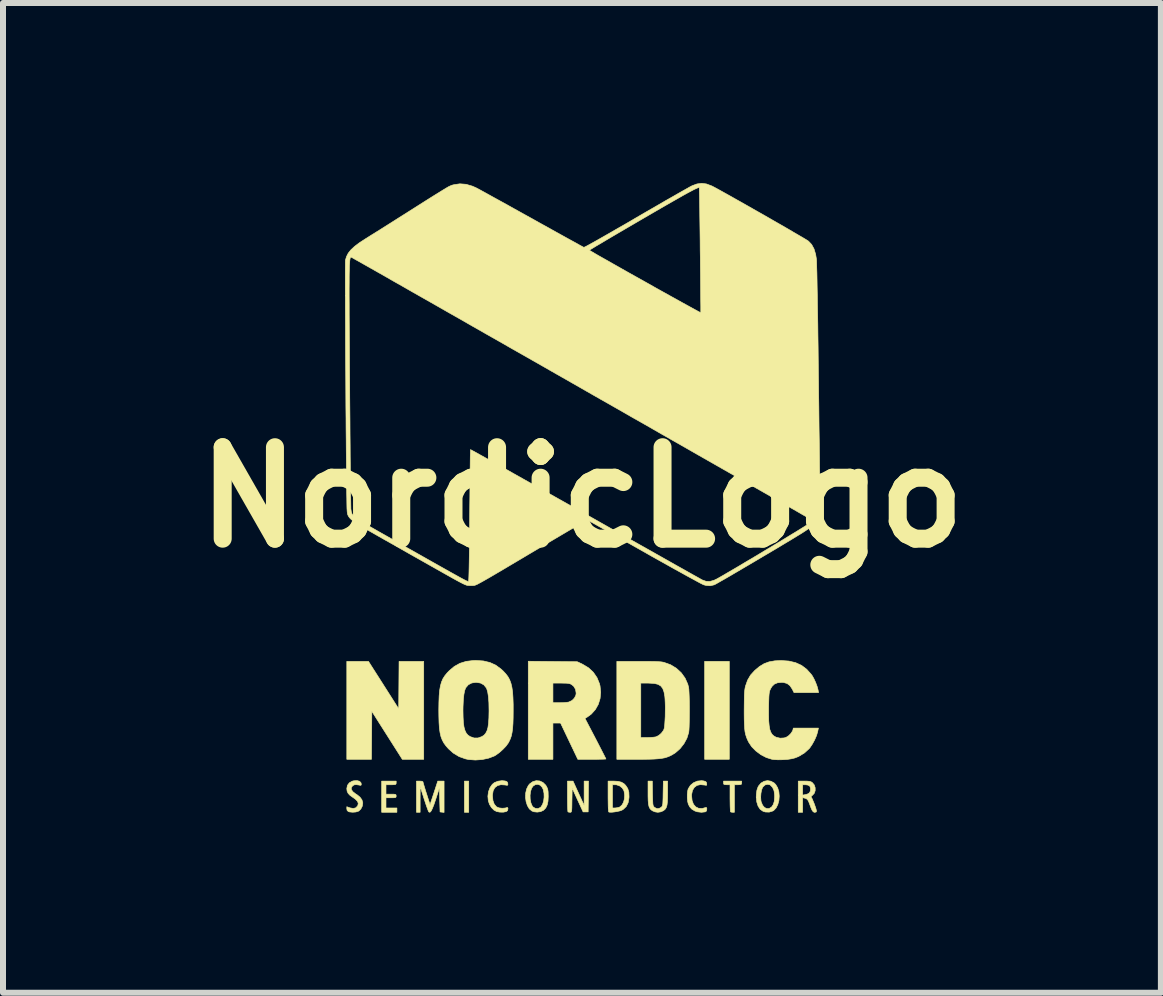
<source format=kicad_pcb>
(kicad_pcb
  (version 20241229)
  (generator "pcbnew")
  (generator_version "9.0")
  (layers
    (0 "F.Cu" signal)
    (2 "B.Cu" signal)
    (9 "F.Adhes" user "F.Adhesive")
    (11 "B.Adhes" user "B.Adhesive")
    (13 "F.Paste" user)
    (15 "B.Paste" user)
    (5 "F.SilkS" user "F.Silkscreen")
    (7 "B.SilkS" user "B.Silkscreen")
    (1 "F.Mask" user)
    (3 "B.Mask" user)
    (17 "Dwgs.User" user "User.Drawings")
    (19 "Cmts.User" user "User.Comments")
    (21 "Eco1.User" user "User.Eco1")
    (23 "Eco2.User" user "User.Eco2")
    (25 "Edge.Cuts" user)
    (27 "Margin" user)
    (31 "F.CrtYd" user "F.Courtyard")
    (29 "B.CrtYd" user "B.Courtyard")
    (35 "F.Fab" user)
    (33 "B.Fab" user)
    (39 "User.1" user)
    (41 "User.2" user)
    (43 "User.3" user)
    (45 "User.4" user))
  (footprint "NordicLogo"
    (layer "F.Cu")
    (at 6.648 5.237)
    (property "Reference" "NordicLogo" (at 0 0 0) (layer "F.SilkS") (effects (font (size 1.524 1.524) (thickness 0.3))))
    (attr through_hole)
    (fp_poly (pts (xy -1.887 5.249) (xy -1.959 5.249) (xy -1.959 4.729) (xy -1.887 4.729) (xy -1.887 5.249)) (stroke (width 0.01) (type solid)) (fill yes) (layer "F.SilkS"))
    (fp_poly (pts (xy 2.455 4.366) (xy 2.044 4.366) (xy 2.044 2.734) (xy 2.455 2.734) (xy 2.455 4.366)) (stroke (width 0.01) (type solid)) (fill yes) (layer "F.SilkS"))
    (fp_poly (pts (xy -3.306 3.129) (xy -3.054 3.525) (xy -3.051 3.129) (xy -3.048 2.734) (xy -2.637 2.734) (xy -2.637 4.366) (xy -2.815 4.366) (xy -2.994 4.366) (xy -3.502 3.566) (xy -3.505 3.966) (xy -3.508 4.366) (xy -3.919 4.366) (xy -3.919 2.734) (xy -3.558 2.734) (xy -3.306 3.129)) (stroke (width 0.01) (type solid)) (fill yes) (layer "F.SilkS"))
    (fp_poly (pts (xy 2.661 4.759) (xy 2.659 4.777) (xy 2.649 4.786) (xy 2.625 4.789) (xy 2.6 4.79) (xy 2.54 4.79) (xy 2.54 5.249) (xy 2.512 5.249) (xy 2.486 5.246) (xy 2.475 5.241) (xy 2.473 5.227) (xy 2.471 5.193) (xy 2.469 5.142) (xy 2.468 5.079) (xy 2.467 5.011) (xy 2.467 4.79) (xy 2.413 4.79) (xy 2.379 4.788) (xy 2.364 4.782) (xy 2.359 4.768) (xy 2.359 4.759) (xy 2.359 4.729) (xy 2.661 4.729) (xy 2.661 4.759)) (stroke (width 0.01) (type solid)) (fill yes) (layer "F.SilkS"))
    (fp_poly (pts (xy -3.096 4.759) (xy -3.098 4.775) (xy -3.105 4.784) (xy -3.123 4.788) (xy -3.158 4.79) (xy -3.181 4.79) (xy -3.266 4.79) (xy -3.266 4.947) (xy -3.181 4.947) (xy -3.137 4.947) (xy -3.111 4.95) (xy -3.1 4.957) (xy -3.097 4.969) (xy -3.096 4.977) (xy -3.098 4.993) (xy -3.105 5.002) (xy -3.123 5.006) (xy -3.158 5.007) (xy -3.181 5.007) (xy -3.266 5.007) (xy -3.266 5.177) (xy -3.084 5.177) (xy -3.084 5.249) (xy -3.338 5.249) (xy -3.338 4.729) (xy -3.096 4.729) (xy -3.096 4.759)) (stroke (width 0.01) (type solid)) (fill yes) (layer "F.SilkS"))
    (fp_poly (pts (xy -0.057 4.932) (xy 0.036 5.134) (xy 0.036 4.932) (xy 0.036 4.729) (xy 0.109 4.729) (xy 0.103 5.243) (xy 0.019 5.243) (xy -0.072 5.045) (xy -0.163 4.846) (xy -0.167 5.048) (xy -0.168 5.122) (xy -0.169 5.175) (xy -0.171 5.211) (xy -0.175 5.233) (xy -0.18 5.244) (xy -0.187 5.249) (xy -0.197 5.249) (xy -0.198 5.249) (xy -0.223 5.246) (xy -0.234 5.241) (xy -0.236 5.227) (xy -0.238 5.193) (xy -0.24 5.142) (xy -0.241 5.077) (xy -0.242 5.003) (xy -0.242 4.981) (xy -0.242 4.729) (xy -0.149 4.729) (xy -0.057 4.932)) (stroke (width 0.01) (type solid)) (fill yes) (layer "F.SilkS"))
    (fp_poly (pts (xy -2.665 4.732) (xy -2.649 4.742) (xy -2.649 4.744) (xy -2.645 4.761) (xy -2.635 4.795) (xy -2.62 4.845) (xy -2.602 4.904) (xy -2.59 4.941) (xy -2.532 5.122) (xy -2.467 4.926) (xy -2.403 4.729) (xy -2.298 4.729) (xy -2.298 5.251) (xy -2.365 5.243) (xy -2.371 5.046) (xy -2.377 4.848) (xy -2.441 5.043) (xy -2.468 5.123) (xy -2.491 5.181) (xy -2.509 5.22) (xy -2.524 5.242) (xy -2.538 5.249) (xy -2.551 5.243) (xy -2.554 5.241) (xy -2.561 5.226) (xy -2.574 5.191) (xy -2.592 5.142) (xy -2.612 5.082) (xy -2.631 5.024) (xy -2.696 4.82) (xy -2.697 5.035) (xy -2.697 5.249) (xy -2.758 5.249) (xy -2.758 4.729) (xy -2.703 4.729) (xy -2.665 4.732)) (stroke (width 0.01) (type solid)) (fill yes) (layer "F.SilkS"))
    (fp_poly (pts (xy 2.026 4.726) (xy 2.058 4.735) (xy 2.073 4.749) (xy 2.078 4.77) (xy 2.079 4.793) (xy 2.071 4.8) (xy 2.046 4.795) (xy 2.042 4.795) (xy 1.973 4.788) (xy 1.915 4.801) (xy 1.871 4.835) (xy 1.841 4.886) (xy 1.827 4.954) (xy 1.827 4.977) (xy 1.835 5.054) (xy 1.858 5.115) (xy 1.895 5.158) (xy 1.943 5.182) (xy 2.002 5.186) (xy 2.059 5.17) (xy 2.074 5.169) (xy 2.08 5.184) (xy 2.08 5.198) (xy 2.075 5.227) (xy 2.056 5.241) (xy 2.053 5.242) (xy 1.991 5.249) (xy 1.924 5.241) (xy 1.881 5.227) (xy 1.831 5.197) (xy 1.796 5.159) (xy 1.772 5.113) (xy 1.761 5.069) (xy 1.755 5.012) (xy 1.755 4.951) (xy 1.761 4.895) (xy 1.77 4.859) (xy 1.807 4.8) (xy 1.86 4.756) (xy 1.923 4.729) (xy 1.993 4.722) (xy 2.026 4.726)) (stroke (width 0.01) (type solid)) (fill yes) (layer "F.SilkS"))
    (fp_poly (pts (xy -1.282 4.727) (xy -1.252 4.737) (xy -1.239 4.755) (xy -1.236 4.77) (xy -1.235 4.791) (xy -1.243 4.799) (xy -1.266 4.797) (xy -1.278 4.794) (xy -1.35 4.789) (xy -1.408 4.804) (xy -1.452 4.838) (xy -1.48 4.889) (xy -1.491 4.959) (xy -1.491 4.976) (xy -1.484 5.052) (xy -1.462 5.113) (xy -1.428 5.154) (xy -1.42 5.16) (xy -1.38 5.176) (xy -1.328 5.182) (xy -1.278 5.178) (xy -1.261 5.173) (xy -1.241 5.169) (xy -1.234 5.181) (xy -1.234 5.194) (xy -1.242 5.223) (xy -1.265 5.238) (xy -1.312 5.247) (xy -1.37 5.246) (xy -1.423 5.236) (xy -1.467 5.212) (xy -1.508 5.171) (xy -1.541 5.117) (xy -1.561 5.058) (xy -1.561 5.058) (xy -1.568 4.981) (xy -1.558 4.906) (xy -1.533 4.839) (xy -1.495 4.784) (xy -1.46 4.755) (xy -1.4 4.731) (xy -1.333 4.722) (xy -1.282 4.727)) (stroke (width 0.01) (type solid)) (fill yes) (layer "F.SilkS"))
    (fp_poly (pts (xy 1.175 4.936) (xy 1.177 5.011) (xy 1.179 5.066) (xy 1.181 5.104) (xy 1.185 5.13) (xy 1.19 5.146) (xy 1.198 5.157) (xy 1.208 5.166) (xy 1.238 5.183) (xy 1.264 5.189) (xy 1.293 5.181) (xy 1.32 5.166) (xy 1.33 5.156) (xy 1.338 5.145) (xy 1.343 5.128) (xy 1.347 5.102) (xy 1.349 5.063) (xy 1.351 5.007) (xy 1.352 4.936) (xy 1.356 4.729) (xy 1.427 4.729) (xy 1.427 4.923) (xy 1.426 5.011) (xy 1.423 5.078) (xy 1.417 5.129) (xy 1.406 5.166) (xy 1.391 5.193) (xy 1.369 5.213) (xy 1.352 5.225) (xy 1.31 5.242) (xy 1.265 5.249) (xy 1.264 5.249) (xy 1.218 5.242) (xy 1.176 5.225) (xy 1.176 5.225) (xy 1.15 5.206) (xy 1.131 5.184) (xy 1.117 5.153) (xy 1.108 5.112) (xy 1.103 5.056) (xy 1.101 4.981) (xy 1.101 4.923) (xy 1.101 4.729) (xy 1.172 4.729) (xy 1.175 4.936)) (stroke (width 0.01) (type solid)) (fill yes) (layer "F.SilkS"))
    (fp_poly (pts (xy 0.6 4.733) (xy 0.657 4.747) (xy 0.7 4.772) (xy 0.728 4.8) (xy 0.763 4.853) (xy 0.781 4.914) (xy 0.784 4.988) (xy 0.783 5.009) (xy 0.769 5.09) (xy 0.737 5.153) (xy 0.688 5.2) (xy 0.666 5.213) (xy 0.634 5.225) (xy 0.59 5.235) (xy 0.543 5.243) (xy 0.498 5.248) (xy 0.463 5.248) (xy 0.445 5.243) (xy 0.445 5.243) (xy 0.442 5.228) (xy 0.439 5.193) (xy 0.437 5.142) (xy 0.436 5.077) (xy 0.435 5.003) (xy 0.435 4.981) (xy 0.435 4.79) (xy 0.508 4.79) (xy 0.508 5.177) (xy 0.553 5.177) (xy 0.593 5.172) (xy 0.627 5.162) (xy 0.629 5.161) (xy 0.664 5.131) (xy 0.691 5.085) (xy 0.707 5.027) (xy 0.711 4.963) (xy 0.702 4.901) (xy 0.698 4.887) (xy 0.671 4.843) (xy 0.627 4.809) (xy 0.575 4.791) (xy 0.555 4.79) (xy 0.508 4.79) (xy 0.435 4.79) (xy 0.435 4.729) (xy 0.527 4.729) (xy 0.6 4.733)) (stroke (width 0.01) (type solid)) (fill yes) (layer "F.SilkS"))
    (fp_poly (pts (xy -3.706 4.732) (xy -3.683 4.756) (xy -3.679 4.771) (xy -3.678 4.793) (xy -3.687 4.8) (xy -3.712 4.796) (xy -3.715 4.795) (xy -3.763 4.788) (xy -3.797 4.792) (xy -3.823 4.809) (xy -3.845 4.839) (xy -3.843 4.87) (xy -3.819 4.905) (xy -3.772 4.942) (xy -3.745 4.959) (xy -3.699 4.997) (xy -3.666 5.043) (xy -3.653 5.09) (xy -3.653 5.096) (xy -3.661 5.147) (xy -3.685 5.194) (xy -3.718 5.227) (xy -3.724 5.23) (xy -3.768 5.244) (xy -3.821 5.248) (xy -3.873 5.243) (xy -3.892 5.237) (xy -3.913 5.219) (xy -3.919 5.191) (xy -3.919 5.156) (xy -3.866 5.175) (xy -3.812 5.185) (xy -3.77 5.175) (xy -3.74 5.144) (xy -3.735 5.135) (xy -3.728 5.1) (xy -3.741 5.066) (xy -3.775 5.031) (xy -3.814 5.003) (xy -3.865 4.967) (xy -3.897 4.933) (xy -3.914 4.897) (xy -3.919 4.853) (xy -3.919 4.853) (xy -3.908 4.799) (xy -3.877 4.758) (xy -3.83 4.731) (xy -3.803 4.724) (xy -3.747 4.721) (xy -3.706 4.732)) (stroke (width 0.01) (type solid)) (fill yes) (layer "F.SilkS"))
    (fp_poly (pts (xy 3.149 4.731) (xy 3.202 4.76) (xy 3.228 4.786) (xy 3.261 4.841) (xy 3.281 4.907) (xy 3.287 4.979) (xy 3.282 5.051) (xy 3.264 5.118) (xy 3.236 5.175) (xy 3.197 5.217) (xy 3.181 5.227) (xy 3.12 5.246) (xy 3.056 5.244) (xy 3.017 5.232) (xy 2.97 5.199) (xy 2.935 5.147) (xy 2.913 5.078) (xy 2.904 4.997) (xy 2.978 4.997) (xy 2.982 5.054) (xy 2.987 5.078) (xy 3.01 5.132) (xy 3.042 5.169) (xy 3.079 5.187) (xy 3.119 5.186) (xy 3.157 5.163) (xy 3.163 5.157) (xy 3.188 5.119) (xy 3.204 5.068) (xy 3.21 5) (xy 3.21 4.963) (xy 3.201 4.891) (xy 3.176 4.834) (xy 3.137 4.794) (xy 3.131 4.791) (xy 3.092 4.782) (xy 3.052 4.793) (xy 3.017 4.824) (xy 3.008 4.838) (xy 2.992 4.88) (xy 2.982 4.936) (xy 2.978 4.997) (xy 2.904 4.997) (xy 2.904 4.996) (xy 2.906 4.947) (xy 2.915 4.881) (xy 2.933 4.829) (xy 2.943 4.81) (xy 2.984 4.762) (xy 3.035 4.732) (xy 3.092 4.721) (xy 3.149 4.731)) (stroke (width 0.01) (type solid)) (fill yes) (layer "F.SilkS"))
    (fp_poly (pts (xy -0.704 4.727) (xy -0.65 4.752) (xy -0.604 4.797) (xy -0.592 4.817) (xy -0.578 4.845) (xy -0.569 4.873) (xy -0.564 4.909) (xy -0.563 4.959) (xy -0.562 4.983) (xy -0.566 5.065) (xy -0.58 5.128) (xy -0.603 5.176) (xy -0.639 5.213) (xy -0.644 5.217) (xy -0.69 5.238) (xy -0.746 5.246) (xy -0.802 5.24) (xy -0.835 5.227) (xy -0.878 5.191) (xy -0.91 5.137) (xy -0.931 5.072) (xy -0.941 5.001) (xy -0.939 4.966) (xy -0.865 4.966) (xy -0.863 5.031) (xy -0.851 5.093) (xy -0.83 5.142) (xy -0.816 5.16) (xy -0.777 5.184) (xy -0.733 5.187) (xy -0.692 5.168) (xy -0.684 5.16) (xy -0.657 5.118) (xy -0.639 5.062) (xy -0.631 4.996) (xy -0.633 4.93) (xy -0.646 4.869) (xy -0.661 4.836) (xy -0.694 4.799) (xy -0.734 4.783) (xy -0.775 4.787) (xy -0.813 4.811) (xy -0.839 4.847) (xy -0.857 4.902) (xy -0.865 4.966) (xy -0.939 4.966) (xy -0.938 4.929) (xy -0.923 4.862) (xy -0.894 4.803) (xy -0.872 4.776) (xy -0.819 4.738) (xy -0.762 4.722) (xy -0.704 4.727)) (stroke (width 0.01) (type solid)) (fill yes) (layer "F.SilkS"))
    (fp_poly (pts (xy 3.759 4.73) (xy 3.796 4.734) (xy 3.821 4.743) (xy 3.838 4.754) (xy 3.87 4.792) (xy 3.886 4.84) (xy 3.886 4.889) (xy 3.87 4.934) (xy 3.839 4.967) (xy 3.82 4.983) (xy 3.819 4.997) (xy 3.825 5.005) (xy 3.836 5.024) (xy 3.851 5.06) (xy 3.87 5.106) (xy 3.879 5.131) (xy 3.897 5.183) (xy 3.906 5.217) (xy 3.907 5.236) (xy 3.901 5.245) (xy 3.901 5.245) (xy 3.875 5.25) (xy 3.854 5.241) (xy 3.835 5.216) (xy 3.815 5.171) (xy 3.806 5.146) (xy 3.786 5.092) (xy 3.77 5.055) (xy 3.753 5.033) (xy 3.733 5.02) (xy 3.71 5.013) (xy 3.677 5.005) (xy 3.677 5.249) (xy 3.604 5.249) (xy 3.604 4.79) (xy 3.677 4.79) (xy 3.677 4.962) (xy 3.721 4.955) (xy 3.757 4.945) (xy 3.786 4.929) (xy 3.787 4.927) (xy 3.805 4.898) (xy 3.809 4.859) (xy 3.801 4.823) (xy 3.791 4.809) (xy 3.766 4.796) (xy 3.729 4.79) (xy 3.724 4.79) (xy 3.677 4.79) (xy 3.604 4.79) (xy 3.604 4.729) (xy 3.706 4.729) (xy 3.759 4.73)) (stroke (width 0.01) (type solid)) (fill yes) (layer "F.SilkS"))
    (fp_poly (pts (xy -0.487 2.736) (xy -0.079 2.74) (xy 0.012 2.783) (xy 0.11 2.842) (xy 0.19 2.917) (xy 0.251 3.006) (xy 0.292 3.107) (xy 0.301 3.142) (xy 0.312 3.249) (xy 0.302 3.353) (xy 0.272 3.45) (xy 0.223 3.537) (xy 0.156 3.612) (xy 0.089 3.661) (xy 0.05 3.684) (xy 0.225 4.019) (xy 0.268 4.102) (xy 0.307 4.178) (xy 0.341 4.244) (xy 0.368 4.297) (xy 0.388 4.336) (xy 0.398 4.357) (xy 0.399 4.361) (xy 0.388 4.362) (xy 0.356 4.364) (xy 0.307 4.365) (xy 0.245 4.366) (xy 0.173 4.366) (xy 0.165 4.366) (xy -0.069 4.366) (xy -0.357 3.762) (xy -0.484 3.762) (xy -0.484 4.366) (xy -0.895 4.366) (xy -0.895 3.423) (xy -0.484 3.423) (xy -0.372 3.423) (xy -0.316 3.422) (xy -0.265 3.418) (xy -0.225 3.413) (xy -0.216 3.41) (xy -0.166 3.386) (xy -0.127 3.347) (xy -0.102 3.299) (xy -0.097 3.265) (xy -0.107 3.201) (xy -0.137 3.15) (xy -0.173 3.12) (xy -0.195 3.109) (xy -0.221 3.102) (xy -0.257 3.098) (xy -0.308 3.097) (xy -0.348 3.096) (xy -0.484 3.096) (xy -0.484 3.423) (xy -0.895 3.423) (xy -0.895 2.732) (xy -0.487 2.736)) (stroke (width 0.01) (type solid)) (fill yes) (layer "F.SilkS"))
    (fp_poly (pts (xy 1.053 2.734) (xy 1.144 2.735) (xy 1.217 2.736) (xy 1.274 2.739) (xy 1.317 2.742) (xy 1.35 2.747) (xy 1.37 2.752) (xy 1.478 2.791) (xy 1.574 2.85) (xy 1.655 2.925) (xy 1.718 3.013) (xy 1.763 3.114) (xy 1.777 3.167) (xy 1.781 3.2) (xy 1.784 3.253) (xy 1.787 3.321) (xy 1.789 3.401) (xy 1.79 3.488) (xy 1.79 3.577) (xy 1.789 3.665) (xy 1.788 3.748) (xy 1.786 3.82) (xy 1.783 3.877) (xy 1.779 3.916) (xy 1.778 3.92) (xy 1.749 4.014) (xy 1.7 4.105) (xy 1.635 4.188) (xy 1.557 4.257) (xy 1.501 4.292) (xy 1.461 4.312) (xy 1.421 4.328) (xy 1.379 4.341) (xy 1.33 4.35) (xy 1.273 4.357) (xy 1.203 4.362) (xy 1.118 4.365) (xy 1.014 4.366) (xy 0.922 4.366) (xy 0.581 4.366) (xy 0.581 3.096) (xy 0.98 3.096) (xy 0.98 4.004) (xy 1.086 4.003) (xy 1.14 4.002) (xy 1.19 3.998) (xy 1.227 3.993) (xy 1.234 3.991) (xy 1.279 3.969) (xy 1.322 3.932) (xy 1.356 3.887) (xy 1.367 3.864) (xy 1.374 3.835) (xy 1.379 3.787) (xy 1.383 3.724) (xy 1.387 3.651) (xy 1.388 3.573) (xy 1.389 3.496) (xy 1.387 3.423) (xy 1.384 3.361) (xy 1.381 3.322) (xy 1.367 3.244) (xy 1.346 3.186) (xy 1.314 3.145) (xy 1.268 3.117) (xy 1.206 3.102) (xy 1.125 3.097) (xy 1.101 3.096) (xy 0.98 3.096) (xy 0.581 3.096) (xy 0.581 2.734) (xy 0.941 2.734) (xy 1.053 2.734)) (stroke (width 0.01) (type solid)) (fill yes) (layer "F.SilkS"))
    (fp_poly (pts (xy 3.448 2.729) (xy 3.561 2.756) (xy 3.659 2.801) (xy 3.745 2.866) (xy 3.821 2.951) (xy 3.836 2.972) (xy 3.864 3.021) (xy 3.893 3.084) (xy 3.918 3.15) (xy 3.934 3.209) (xy 3.935 3.214) (xy 3.942 3.254) (xy 3.533 3.254) (xy 3.504 3.196) (xy 3.466 3.139) (xy 3.419 3.103) (xy 3.36 3.086) (xy 3.327 3.084) (xy 3.258 3.091) (xy 3.206 3.113) (xy 3.166 3.152) (xy 3.145 3.187) (xy 3.135 3.208) (xy 3.127 3.228) (xy 3.122 3.252) (xy 3.118 3.282) (xy 3.115 3.322) (xy 3.113 3.377) (xy 3.111 3.449) (xy 3.11 3.509) (xy 3.11 3.628) (xy 3.112 3.725) (xy 3.119 3.803) (xy 3.129 3.865) (xy 3.146 3.913) (xy 3.167 3.949) (xy 3.196 3.976) (xy 3.231 3.996) (xy 3.238 3.999) (xy 3.302 4.014) (xy 3.369 4.01) (xy 3.403 3.999) (xy 3.443 3.974) (xy 3.481 3.936) (xy 3.508 3.895) (xy 3.515 3.876) (xy 3.522 3.846) (xy 3.94 3.846) (xy 3.928 3.904) (xy 3.909 3.969) (xy 3.877 4.043) (xy 3.838 4.114) (xy 3.797 4.175) (xy 3.787 4.187) (xy 3.707 4.26) (xy 3.611 4.318) (xy 3.549 4.343) (xy 3.493 4.357) (xy 3.422 4.368) (xy 3.342 4.373) (xy 3.264 4.374) (xy 3.195 4.37) (xy 3.163 4.365) (xy 3.071 4.336) (xy 2.981 4.289) (xy 2.898 4.227) (xy 2.828 4.156) (xy 2.777 4.079) (xy 2.777 4.079) (xy 2.756 4.035) (xy 2.74 3.995) (xy 2.727 3.953) (xy 2.717 3.907) (xy 2.711 3.853) (xy 2.707 3.787) (xy 2.704 3.707) (xy 2.703 3.607) (xy 2.703 3.544) (xy 2.704 3.442) (xy 2.705 3.361) (xy 2.706 3.297) (xy 2.709 3.248) (xy 2.713 3.209) (xy 2.718 3.177) (xy 2.724 3.149) (xy 2.725 3.146) (xy 2.76 3.047) (xy 2.809 2.963) (xy 2.877 2.888) (xy 2.878 2.887) (xy 2.956 2.821) (xy 3.034 2.773) (xy 3.118 2.742) (xy 3.214 2.725) (xy 3.32 2.72) (xy 3.448 2.729)) (stroke (width 0.01) (type solid)) (fill yes) (layer "F.SilkS"))
    (fp_poly (pts (xy -1.643 2.727) (xy -1.534 2.753) (xy -1.437 2.797) (xy -1.349 2.862) (xy -1.317 2.891) (xy -1.272 2.939) (xy -1.235 2.987) (xy -1.206 3.039) (xy -1.184 3.097) (xy -1.168 3.164) (xy -1.156 3.244) (xy -1.15 3.339) (xy -1.146 3.453) (xy -1.146 3.556) (xy -1.147 3.675) (xy -1.15 3.772) (xy -1.156 3.853) (xy -1.165 3.919) (xy -1.177 3.976) (xy -1.194 4.025) (xy -1.215 4.07) (xy -1.227 4.093) (xy -1.265 4.145) (xy -1.317 4.2) (xy -1.376 4.253) (xy -1.434 4.295) (xy -1.461 4.311) (xy -1.556 4.347) (xy -1.663 4.37) (xy -1.776 4.378) (xy -1.887 4.37) (xy -1.94 4.359) (xy -2.047 4.321) (xy -2.146 4.261) (xy -2.224 4.191) (xy -2.267 4.142) (xy -2.302 4.094) (xy -2.329 4.043) (xy -2.35 3.988) (xy -2.365 3.923) (xy -2.376 3.846) (xy -2.382 3.754) (xy -2.385 3.644) (xy -2.386 3.55) (xy -1.983 3.55) (xy -1.981 3.663) (xy -1.976 3.755) (xy -1.966 3.828) (xy -1.95 3.885) (xy -1.929 3.929) (xy -1.901 3.962) (xy -1.866 3.986) (xy -1.863 3.988) (xy -1.798 4.011) (xy -1.734 4.011) (xy -1.669 3.988) (xy -1.633 3.965) (xy -1.605 3.933) (xy -1.583 3.891) (xy -1.567 3.836) (xy -1.557 3.765) (xy -1.551 3.676) (xy -1.549 3.566) (xy -1.549 3.55) (xy -1.551 3.425) (xy -1.559 3.323) (xy -1.571 3.244) (xy -1.588 3.188) (xy -1.594 3.176) (xy -1.636 3.125) (xy -1.692 3.095) (xy -1.762 3.084) (xy -1.766 3.084) (xy -1.836 3.094) (xy -1.893 3.123) (xy -1.935 3.172) (xy -1.938 3.176) (xy -1.955 3.221) (xy -1.968 3.288) (xy -1.977 3.377) (xy -1.982 3.485) (xy -1.983 3.55) (xy -2.386 3.55) (xy -2.386 3.544) (xy -2.384 3.415) (xy -2.38 3.308) (xy -2.372 3.218) (xy -2.359 3.143) (xy -2.341 3.079) (xy -2.317 3.023) (xy -2.285 2.973) (xy -2.245 2.924) (xy -2.213 2.891) (xy -2.128 2.819) (xy -2.035 2.767) (xy -1.93 2.734) (xy -1.812 2.72) (xy -1.766 2.719) (xy -1.643 2.727)) (stroke (width 0.01) (type solid)) (fill yes) (layer "F.SilkS"))
    (fp_poly (pts (xy 2.074 -5.222) (xy 2.159 -5.19) (xy 2.166 -5.187) (xy 2.195 -5.172) (xy 2.242 -5.147) (xy 2.304 -5.113) (xy 2.381 -5.07) (xy 2.469 -5.021) (xy 2.566 -4.966) (xy 2.671 -4.907) (xy 2.782 -4.844) (xy 2.896 -4.779) (xy 3.011 -4.714) (xy 3.126 -4.648) (xy 3.237 -4.584) (xy 3.344 -4.523) (xy 3.444 -4.465) (xy 3.534 -4.412) (xy 3.613 -4.366) (xy 3.68 -4.327) (xy 3.73 -4.297) (xy 3.764 -4.276) (xy 3.776 -4.267) (xy 3.827 -4.213) (xy 3.867 -4.139) (xy 3.894 -4.048) (xy 3.907 -3.967) (xy 3.909 -3.94) (xy 3.91 -3.891) (xy 3.912 -3.821) (xy 3.915 -3.732) (xy 3.917 -3.625) (xy 3.919 -3.501) (xy 3.922 -3.363) (xy 3.924 -3.212) (xy 3.927 -3.049) (xy 3.93 -2.876) (xy 3.932 -2.695) (xy 3.935 -2.507) (xy 3.937 -2.322) (xy 3.939 -2.12) (xy 3.942 -1.917) (xy 3.944 -1.715) (xy 3.947 -1.516) (xy 3.949 -1.323) (xy 3.951 -1.137) (xy 3.954 -0.962) (xy 3.956 -0.798) (xy 3.958 -0.649) (xy 3.959 -0.516) (xy 3.961 -0.402) (xy 3.962 -0.308) (xy 3.963 -0.266) (xy 3.97 0.26) (xy 3.942 0.333) (xy 3.933 0.357) (xy 3.923 0.379) (xy 3.911 0.4) (xy 3.895 0.421) (xy 3.875 0.444) (xy 3.848 0.468) (xy 3.814 0.495) (xy 3.771 0.526) (xy 3.718 0.562) (xy 3.653 0.604) (xy 3.574 0.652) (xy 3.481 0.709) (xy 3.372 0.774) (xy 3.246 0.85) (xy 3.101 0.936) (xy 3.024 0.981) (xy 2.898 1.056) (xy 2.776 1.128) (xy 2.662 1.195) (xy 2.556 1.257) (xy 2.461 1.313) (xy 2.378 1.361) (xy 2.309 1.4) (xy 2.255 1.431) (xy 2.219 1.451) (xy 2.202 1.459) (xy 2.202 1.459) (xy 2.137 1.474) (xy 2.069 1.469) (xy 2.031 1.459) (xy 2.013 1.451) (xy 1.975 1.432) (xy 1.919 1.402) (xy 1.848 1.363) (xy 1.761 1.316) (xy 1.662 1.261) (xy 1.551 1.2) (xy 1.43 1.132) (xy 1.301 1.06) (xy 1.165 0.984) (xy 1.032 0.908) (xy 0.086 0.374) (xy -0.716 0.848) (xy -0.887 0.949) (xy -1.038 1.039) (xy -1.17 1.117) (xy -1.286 1.186) (xy -1.386 1.245) (xy -1.471 1.295) (xy -1.543 1.337) (xy -1.604 1.372) (xy -1.653 1.4) (xy -1.693 1.422) (xy -1.725 1.439) (xy -1.749 1.452) (xy -1.769 1.46) (xy -1.783 1.466) (xy -1.795 1.469) (xy -1.805 1.47) (xy -1.814 1.471) (xy -1.823 1.471) (xy -1.83 1.471) (xy -1.873 1.471) (xy -1.91 1.468) (xy -1.923 1.465) (xy -1.941 1.458) (xy -1.963 1.449) (xy -1.992 1.435) (xy -2.029 1.416) (xy -2.076 1.391) (xy -2.136 1.358) (xy -2.209 1.317) (xy -2.298 1.267) (xy -2.406 1.206) (xy -2.489 1.159) (xy -2.604 1.094) (xy -2.733 1.021) (xy -2.87 0.944) (xy -3.008 0.865) (xy -3.14 0.79) (xy -3.261 0.722) (xy -3.302 0.699) (xy -3.43 0.626) (xy -3.539 0.564) (xy -3.629 0.512) (xy -3.704 0.467) (xy -3.764 0.429) (xy -3.811 0.396) (xy -3.847 0.368) (xy -3.873 0.341) (xy -3.891 0.316) (xy -3.903 0.291) (xy -3.91 0.264) (xy -3.913 0.235) (xy -3.915 0.201) (xy -3.916 0.19) (xy -3.917 0.153) (xy -3.918 0.095) (xy -3.919 0.018) (xy -3.921 -0.078) (xy -3.922 -0.19) (xy -3.924 -0.318) (xy -3.925 -0.46) (xy -3.926 -0.613) (xy -3.928 -0.777) (xy -3.929 -0.95) (xy -3.931 -1.131) (xy -3.932 -1.317) (xy -3.934 -1.508) (xy -3.935 -1.702) (xy -3.936 -1.897) (xy -3.937 -2.092) (xy -3.939 -2.286) (xy -3.94 -2.476) (xy -3.941 -2.661) (xy -3.941 -2.84) (xy -3.942 -3.011) (xy -3.943 -3.172) (xy -3.943 -3.323) (xy -3.944 -3.461) (xy -3.944 -3.476) (xy -3.88 -3.476) (xy -3.88 -3.357) (xy -3.879 -3.221) (xy -3.879 -3.068) (xy -3.878 -2.897) (xy -3.877 -2.706) (xy -3.875 -2.494) (xy -3.874 -2.261) (xy -3.872 -2.004) (xy -3.871 -1.893) (xy -3.87 -1.673) (xy -3.868 -1.459) (xy -3.866 -1.252) (xy -3.865 -1.054) (xy -3.863 -0.865) (xy -3.862 -0.688) (xy -3.86 -0.523) (xy -3.859 -0.372) (xy -3.857 -0.235) (xy -3.856 -0.115) (xy -3.855 -0.013) (xy -3.853 0.07) (xy -3.852 0.133) (xy -3.851 0.174) (xy -3.851 0.191) (xy -3.844 0.24) (xy -3.833 0.274) (xy -3.813 0.303) (xy -3.807 0.31) (xy -3.801 0.317) (xy -3.795 0.324) (xy -3.788 0.331) (xy -3.779 0.339) (xy -3.767 0.348) (xy -3.75 0.359) (xy -3.728 0.374) (xy -3.698 0.392) (xy -3.66 0.415) (xy -3.612 0.443) (xy -3.553 0.477) (xy -3.481 0.518) (xy -3.396 0.567) (xy -3.295 0.624) (xy -3.178 0.69) (xy -3.043 0.767) (xy -2.89 0.854) (xy -2.801 0.904) (xy -2.644 0.993) (xy -2.506 1.071) (xy -2.387 1.138) (xy -2.284 1.196) (xy -2.197 1.245) (xy -2.125 1.285) (xy -2.065 1.318) (xy -2.017 1.345) (xy -1.979 1.365) (xy -1.95 1.38) (xy -1.928 1.391) (xy -1.912 1.397) (xy -1.901 1.401) (xy -1.893 1.402) (xy -1.892 1.403) (xy -1.889 1.394) (xy -1.887 1.368) (xy -1.885 1.323) (xy -1.883 1.259) (xy -1.881 1.176) (xy -1.879 1.072) (xy -1.877 0.947) (xy -1.875 0.801) (xy -1.873 0.632) (xy -1.872 0.44) (xy -1.871 0.307) (xy -1.87 0.146) (xy -1.868 -0.008) (xy -1.867 -0.153) (xy -1.866 -0.288) (xy -1.864 -0.41) (xy -1.863 -0.519) (xy -1.862 -0.612) (xy -1.861 -0.688) (xy -1.859 -0.745) (xy -1.858 -0.781) (xy -1.858 -0.795) (xy -1.858 -0.795) (xy -1.847 -0.79) (xy -1.816 -0.773) (xy -1.766 -0.746) (xy -1.698 -0.708) (xy -1.614 -0.661) (xy -1.513 -0.605) (xy -1.398 -0.541) (xy -1.269 -0.469) (xy -1.128 -0.389) (xy -0.975 -0.303) (xy -0.811 -0.211) (xy -0.638 -0.114) (xy -0.457 -0.011) (xy -0.268 0.095) (xy -0.073 0.206) (xy 0.051 0.275) (xy 0.25 0.388) (xy 0.444 0.498) (xy 0.632 0.604) (xy 0.812 0.706) (xy 0.984 0.803) (xy 1.146 0.894) (xy 1.298 0.98) (xy 1.438 1.059) (xy 1.565 1.131) (xy 1.678 1.194) (xy 1.777 1.25) (xy 1.859 1.296) (xy 1.924 1.332) (xy 1.97 1.358) (xy 1.998 1.374) (xy 2.004 1.377) (xy 2.068 1.4) (xy 2.133 1.402) (xy 2.202 1.382) (xy 2.248 1.36) (xy 2.296 1.333) (xy 2.359 1.297) (xy 2.435 1.252) (xy 2.523 1.201) (xy 2.62 1.144) (xy 2.723 1.082) (xy 2.832 1.018) (xy 2.944 0.951) (xy 3.057 0.883) (xy 3.169 0.816) (xy 3.278 0.75) (xy 3.382 0.687) (xy 3.478 0.628) (xy 3.566 0.575) (xy 3.643 0.527) (xy 3.706 0.488) (xy 3.755 0.457) (xy 3.786 0.437) (xy 3.798 0.428) (xy 3.823 0.399) (xy 3.83 0.38) (xy 3.828 0.376) (xy 3.817 0.37) (xy 3.785 0.352) (xy 3.735 0.322) (xy 3.666 0.283) (xy 3.58 0.233) (xy 3.477 0.174) (xy 3.358 0.107) (xy 3.225 0.031) (xy 3.078 -0.054) (xy 2.918 -0.145) (xy 2.747 -0.243) (xy 2.564 -0.348) (xy 2.371 -0.458) (xy 2.168 -0.574) (xy 1.957 -0.694) (xy 1.739 -0.819) (xy 1.514 -0.947) (xy 1.283 -1.079) (xy 1.048 -1.214) (xy 0.808 -1.35) (xy 0.566 -1.489) (xy 0.321 -1.628) (xy 0.076 -1.768) (xy -0.17 -1.909) (xy -0.416 -2.049) (xy -0.659 -2.188) (xy -0.901 -2.326) (xy -1.139 -2.461) (xy -1.373 -2.595) (xy -1.602 -2.725) (xy -1.825 -2.852) (xy -2.041 -2.976) (xy -2.249 -3.094) (xy -2.448 -3.208) (xy -2.638 -3.316) (xy -2.818 -3.418) (xy -2.985 -3.514) (xy -3.141 -3.602) (xy -3.283 -3.684) (xy -3.412 -3.757) (xy -3.525 -3.821) (xy -3.622 -3.876) (xy -3.703 -3.922) (xy -3.766 -3.957) (xy -3.81 -3.982) (xy -3.835 -3.996) (xy -3.84 -3.999) (xy -3.845 -4.001) (xy -3.851 -4.001) (xy -3.856 -3.998) (xy -3.86 -3.991) (xy -3.864 -3.979) (xy -3.867 -3.961) (xy -3.87 -3.936) (xy -3.872 -3.903) (xy -3.875 -3.861) (xy -3.876 -3.808) (xy -3.878 -3.745) (xy -3.879 -3.669) (xy -3.879 -3.579) (xy -3.88 -3.476) (xy -3.944 -3.476) (xy -3.944 -3.585) (xy -3.944 -3.694) (xy -3.944 -3.786) (xy -3.943 -3.859) (xy -3.943 -3.911) (xy -3.942 -3.942) (xy -3.942 -3.95) (xy -3.924 -4.011) (xy -3.895 -4.068) (xy -3.856 -4.117) (xy 0.125 -4.117) (xy 0.135 -4.11) (xy 0.164 -4.093) (xy 0.211 -4.065) (xy 0.273 -4.029) (xy 0.349 -3.986) (xy 0.438 -3.936) (xy 0.536 -3.88) (xy 0.642 -3.82) (xy 0.755 -3.756) (xy 0.873 -3.69) (xy 0.993 -3.623) (xy 1.114 -3.555) (xy 1.234 -3.487) (xy 1.351 -3.422) (xy 1.464 -3.359) (xy 1.571 -3.3) (xy 1.669 -3.245) (xy 1.757 -3.197) (xy 1.833 -3.155) (xy 1.895 -3.121) (xy 1.941 -3.096) (xy 1.97 -3.081) (xy 1.98 -3.077) (xy 1.98 -3.089) (xy 1.98 -3.123) (xy 1.98 -3.179) (xy 1.979 -3.253) (xy 1.978 -3.344) (xy 1.977 -3.451) (xy 1.976 -3.571) (xy 1.975 -3.704) (xy 1.973 -3.846) (xy 1.972 -3.997) (xy 1.97 -4.118) (xy 1.969 -4.274) (xy 1.967 -4.424) (xy 1.965 -4.564) (xy 1.963 -4.694) (xy 1.962 -4.812) (xy 1.96 -4.915) (xy 1.959 -5.003) (xy 1.957 -5.073) (xy 1.956 -5.124) (xy 1.955 -5.154) (xy 1.955 -5.161) (xy 1.947 -5.162) (xy 1.931 -5.157) (xy 1.905 -5.146) (xy 1.868 -5.129) (xy 1.819 -5.103) (xy 1.757 -5.07) (xy 1.681 -5.028) (xy 1.59 -4.976) (xy 1.483 -4.915) (xy 1.359 -4.844) (xy 1.216 -4.761) (xy 1.054 -4.667) (xy 0.982 -4.625) (xy 0.85 -4.548) (xy 0.725 -4.475) (xy 0.607 -4.406) (xy 0.498 -4.342) (xy 0.4 -4.284) (xy 0.315 -4.233) (xy 0.243 -4.191) (xy 0.187 -4.157) (xy 0.148 -4.133) (xy 0.128 -4.119) (xy 0.125 -4.117) (xy -3.856 -4.117) (xy -3.85 -4.124) (xy -3.789 -4.181) (xy -3.71 -4.241) (xy -3.61 -4.306) (xy -3.573 -4.329) (xy -3.518 -4.364) (xy -3.447 -4.408) (xy -3.362 -4.461) (xy -3.267 -4.521) (xy -3.164 -4.586) (xy -3.054 -4.656) (xy -2.941 -4.727) (xy -2.861 -4.778) (xy -2.73 -4.861) (xy -2.618 -4.932) (xy -2.523 -4.992) (xy -2.443 -5.042) (xy -2.378 -5.082) (xy -2.325 -5.115) (xy -2.282 -5.141) (xy -2.249 -5.161) (xy -2.223 -5.176) (xy -2.202 -5.186) (xy -2.186 -5.193) (xy -2.172 -5.199) (xy -2.159 -5.203) (xy -2.145 -5.206) (xy -2.135 -5.209) (xy -2.035 -5.224) (xy -1.932 -5.216) (xy -1.826 -5.185) (xy -1.763 -5.157) (xy -1.74 -5.145) (xy -1.697 -5.122) (xy -1.637 -5.089) (xy -1.561 -5.047) (xy -1.471 -4.997) (xy -1.369 -4.941) (xy -1.256 -4.879) (xy -1.135 -4.811) (xy -1.007 -4.74) (xy -0.874 -4.666) (xy -0.832 -4.643) (xy -0.7 -4.569) (xy -0.573 -4.499) (xy -0.455 -4.433) (xy -0.345 -4.372) (xy -0.246 -4.317) (xy -0.16 -4.27) (xy -0.087 -4.23) (xy -0.031 -4.198) (xy 0.009 -4.177) (xy 0.029 -4.166) (xy 0.032 -4.165) (xy 0.044 -4.17) (xy 0.076 -4.186) (xy 0.126 -4.213) (xy 0.191 -4.249) (xy 0.271 -4.294) (xy 0.364 -4.347) (xy 0.469 -4.407) (xy 0.583 -4.473) (xy 0.706 -4.543) (xy 0.835 -4.618) (xy 0.899 -4.656) (xy 1.033 -4.734) (xy 1.163 -4.809) (xy 1.286 -4.88) (xy 1.401 -4.947) (xy 1.507 -5.007) (xy 1.601 -5.061) (xy 1.682 -5.107) (xy 1.748 -5.144) (xy 1.797 -5.172) (xy 1.828 -5.188) (xy 1.835 -5.192) (xy 1.917 -5.222) (xy 1.995 -5.232) (xy 2.074 -5.222)) (stroke (width 0.01) (type solid)) (fill yes) (layer "F.SilkS")))
  (gr_rect
    (start -3 -3)
    (end 16.295 13.493)
    (stroke (width 0.1) (type default))
    (fill no)
    (layer "Edge.Cuts")))
</source>
